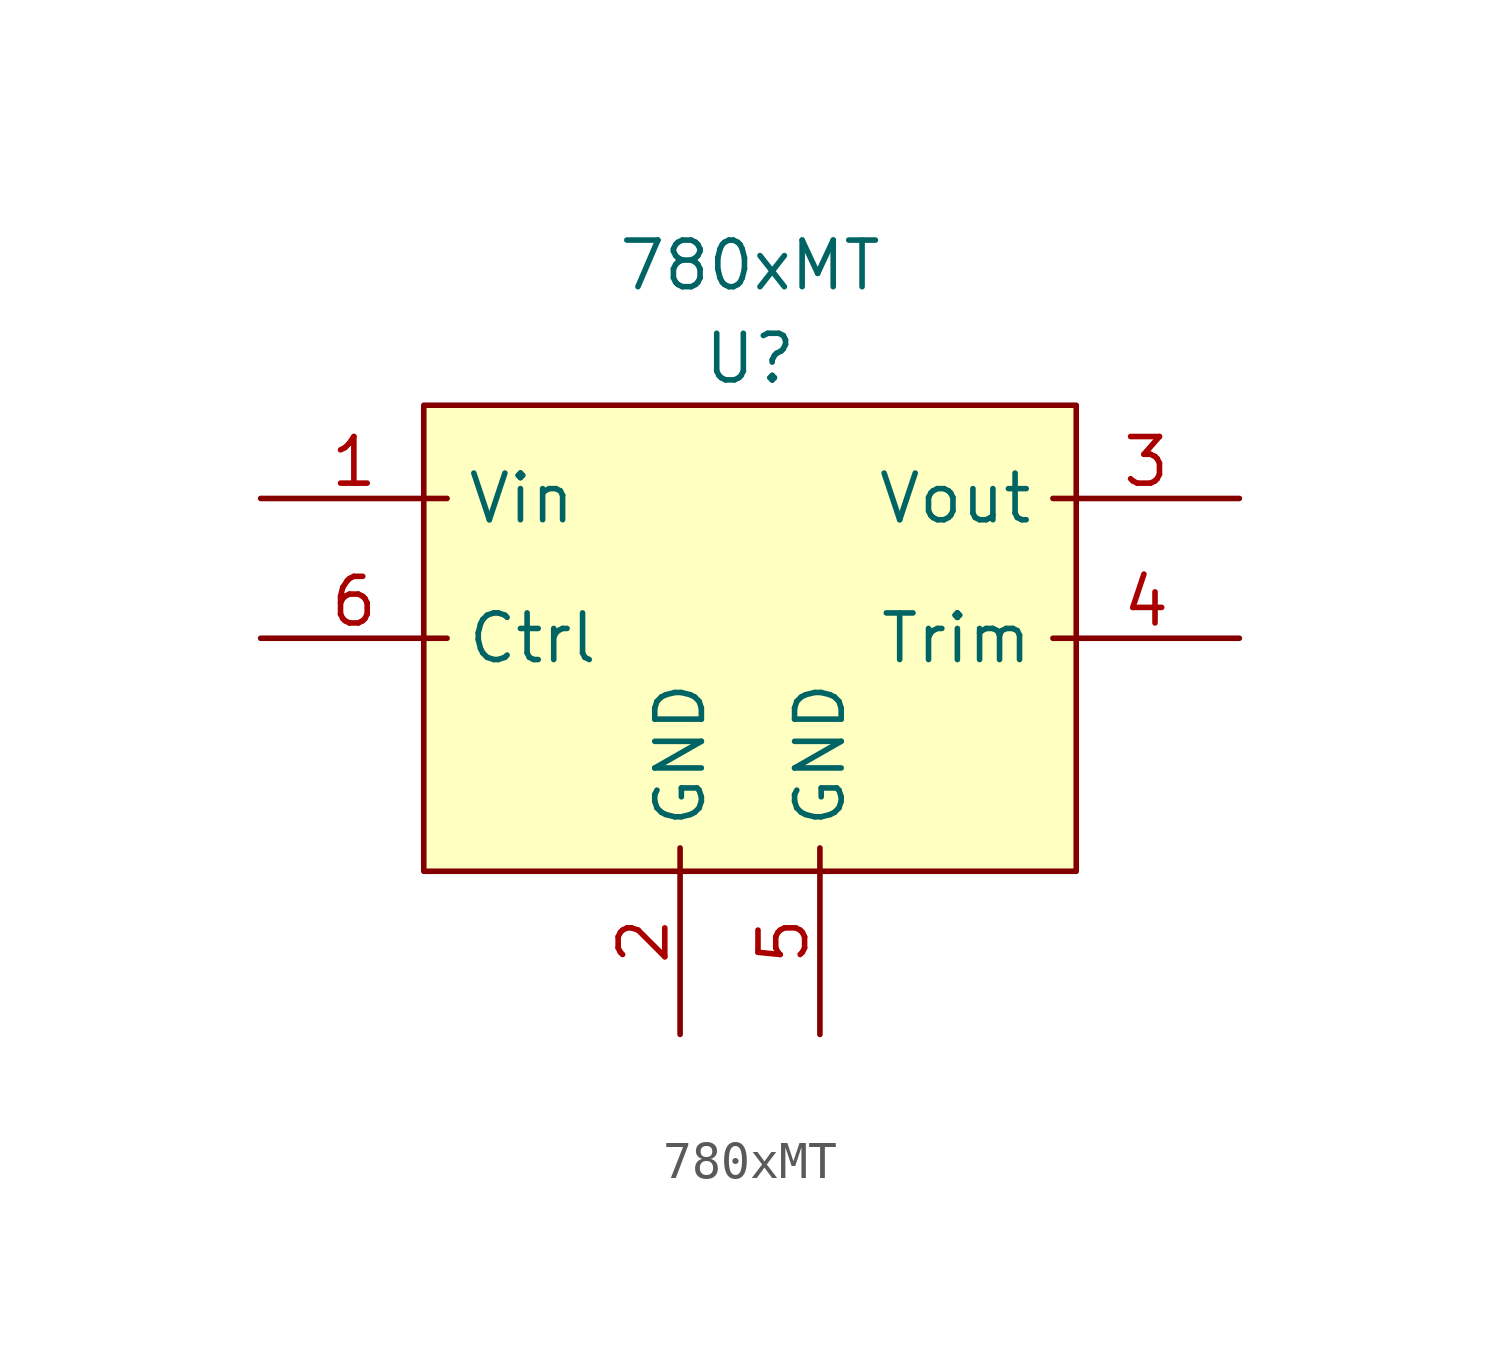
<source format=kicad_sym>
(kicad_symbol_lib
  (version 20211014)
  (generator kicad_symbol_editor)
  (symbol "780xMT"
    (property "Reference" "U"
      (at 0 7.62 0)
      (effects (font (size 1.27 1.27))))
    (property "Value" "780xMT"
      (at 0 10.16 0)
      (effects (font (size 1.27 1.27))))
    (symbol "780xMT_0_1"
      (rectangle (start -8.89 6.35) (end 8.89 -6.35) (stroke (width 0.152) (type default) (color 0 0 0 0)) (fill (type background))))
    (symbol "780xMT_1_1"
      (pin power_in line (at -13.335 3.81 0) (length 5.08) (name "Vin" (effects (font (size 1.27 1.27)))) (number "1" (effects (font (size 1.27 1.27)))))
      (pin input line (at -1.905 -10.795 90) (length 5.08) (name "GND" (effects (font (size 1.27 1.27)))) (number "2" (effects (font (size 1.27 1.27)))))
      (pin power_out line (at 13.335 3.81 180) (length 5.08) (name "Vout" (effects (font (size 1.27 1.27)))) (number "3" (effects (font (size 1.27 1.27)))))
      (pin input line (at 13.335 0 180) (length 5.08) (name "Trim" (effects (font (size 1.27 1.27)))) (number "4" (effects (font (size 1.27 1.27)))))
      (pin input line (at 1.905 -10.795 90) (length 5.08) (name "GND" (effects (font (size 1.27 1.27)))) (number "5" (effects (font (size 1.27 1.27)))))
      (pin input line (at -13.335 0 0) (length 5.08) (name "Ctrl" (effects (font (size 1.27 1.27)))) (number "6" (effects (font (size 1.27 1.27))))))))
</source>
